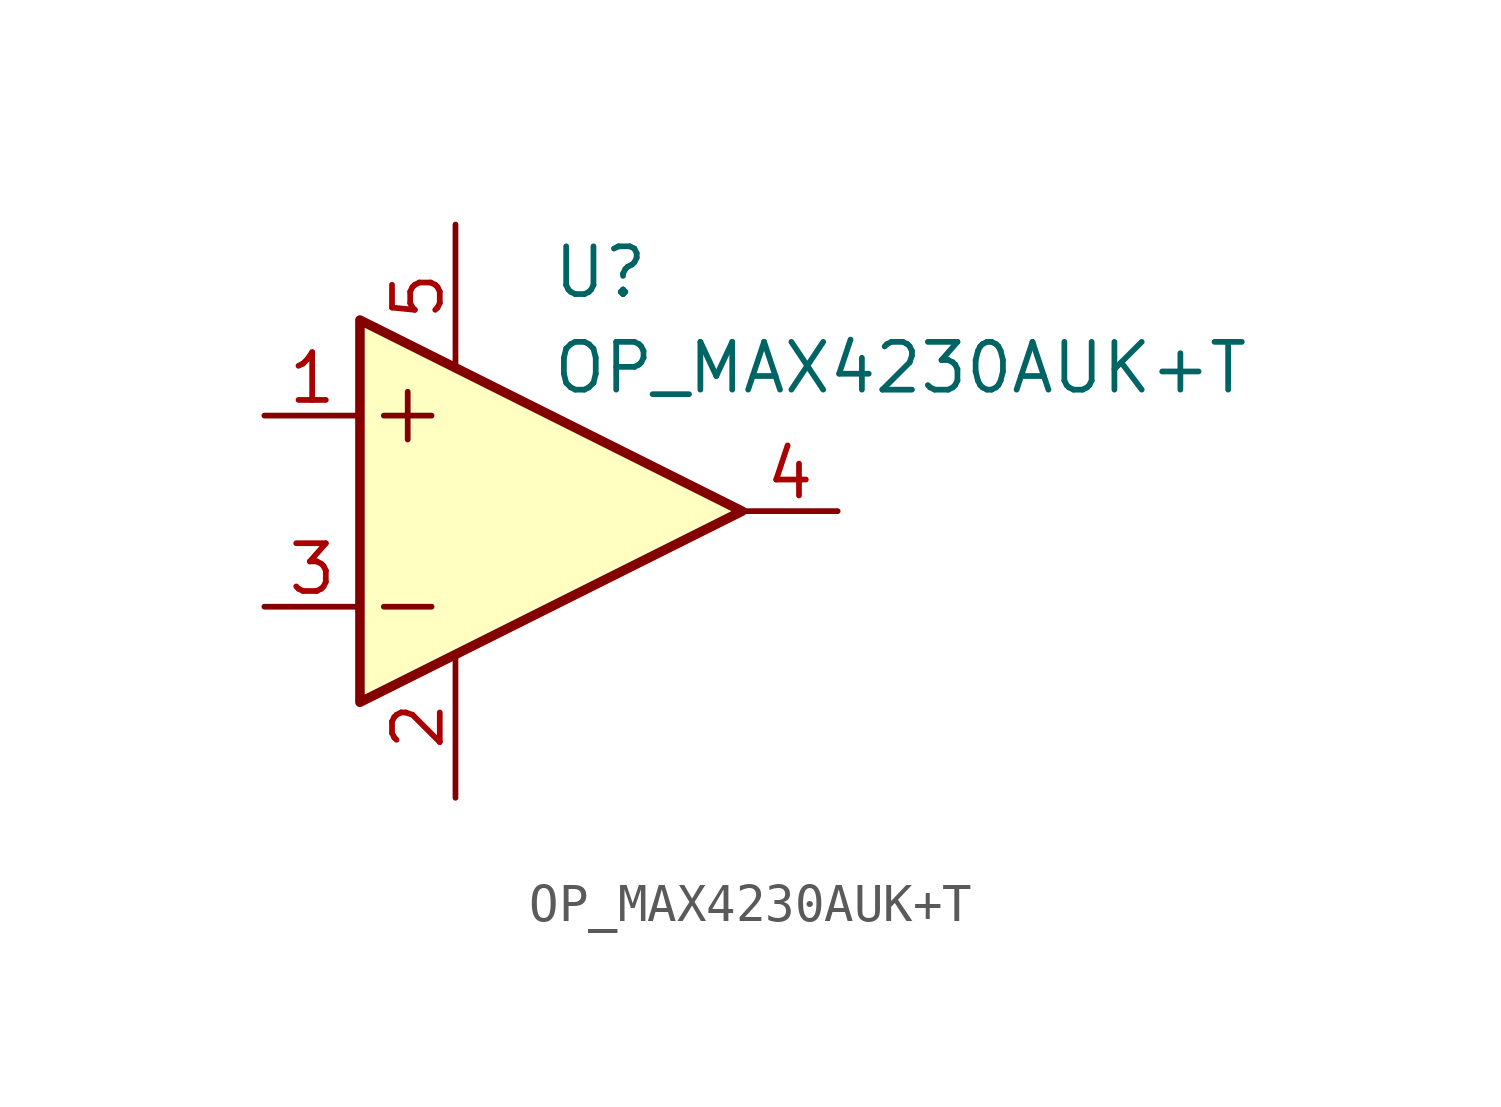
<source format=kicad_sym>
(kicad_symbol_lib
  (version 20211014)
  (generator kicad_symbol_editor)
  (symbol "OP_MAX4230AUK+T"
    (pin_names
      (offset 0.127) hide)
    (property "Reference" "U"
      (at 0 6.35 0)
      (effects (font (size 1.27 1.27)) (justify left)))
    (property "Value" "OP_MAX4230AUK+T"
      (at 0 3.81 0)
      (effects (font (size 1.27 1.27)) (justify left)))
    (symbol "OP_MAX4230AUK+T_0_1"
      (polyline (pts (xy -4.445 -2.54) (xy -3.175 -2.54)) (stroke (width 0) (type default) (color 0 0 0 0)) (fill (type none)))
      (polyline (pts (xy -4.445 2.54) (xy -3.175 2.54)) (stroke (width 0) (type default) (color 0 0 0 0)) (fill (type none)))
      (polyline (pts (xy -3.81 3.175) (xy -3.81 1.905)) (stroke (width 0) (type default) (color 0 0 0 0)) (fill (type none)))
      (polyline (pts (xy -5.08 5.08) (xy 5.08 0) (xy -5.08 -5.08) (xy -5.08 5.08)) (stroke (width 0.254) (type default) (color 0 0 0 0)) (fill (type background))))
    (symbol "OP_MAX4230AUK+T_1_1"
      (pin input line (at -7.62 2.54 0) (length 2.54) (name "IN+" (effects (font (size 1.27 1.27)))) (number "1" (effects (font (size 1.27 1.27)))))
      (pin power_in line (at -2.54 -7.62 90) (length 3.81) (name "VSS" (effects (font (size 1.27 1.27)))) (number "2" (effects (font (size 1.27 1.27)))))
      (pin input line (at -7.62 -2.54 0) (length 2.54) (name "IN-" (effects (font (size 1.27 1.27)))) (number "3" (effects (font (size 1.27 1.27)))))
      (pin output line (at 7.62 0 180) (length 2.54) (name "OUT" (effects (font (size 1.27 1.27)))) (number "4" (effects (font (size 1.27 1.27)))))
      (pin power_in line (at -2.54 7.62 270) (length 3.81) (name "VDD" (effects (font (size 1.27 1.27)))) (number "5" (effects (font (size 1.27 1.27))))))))
</source>
